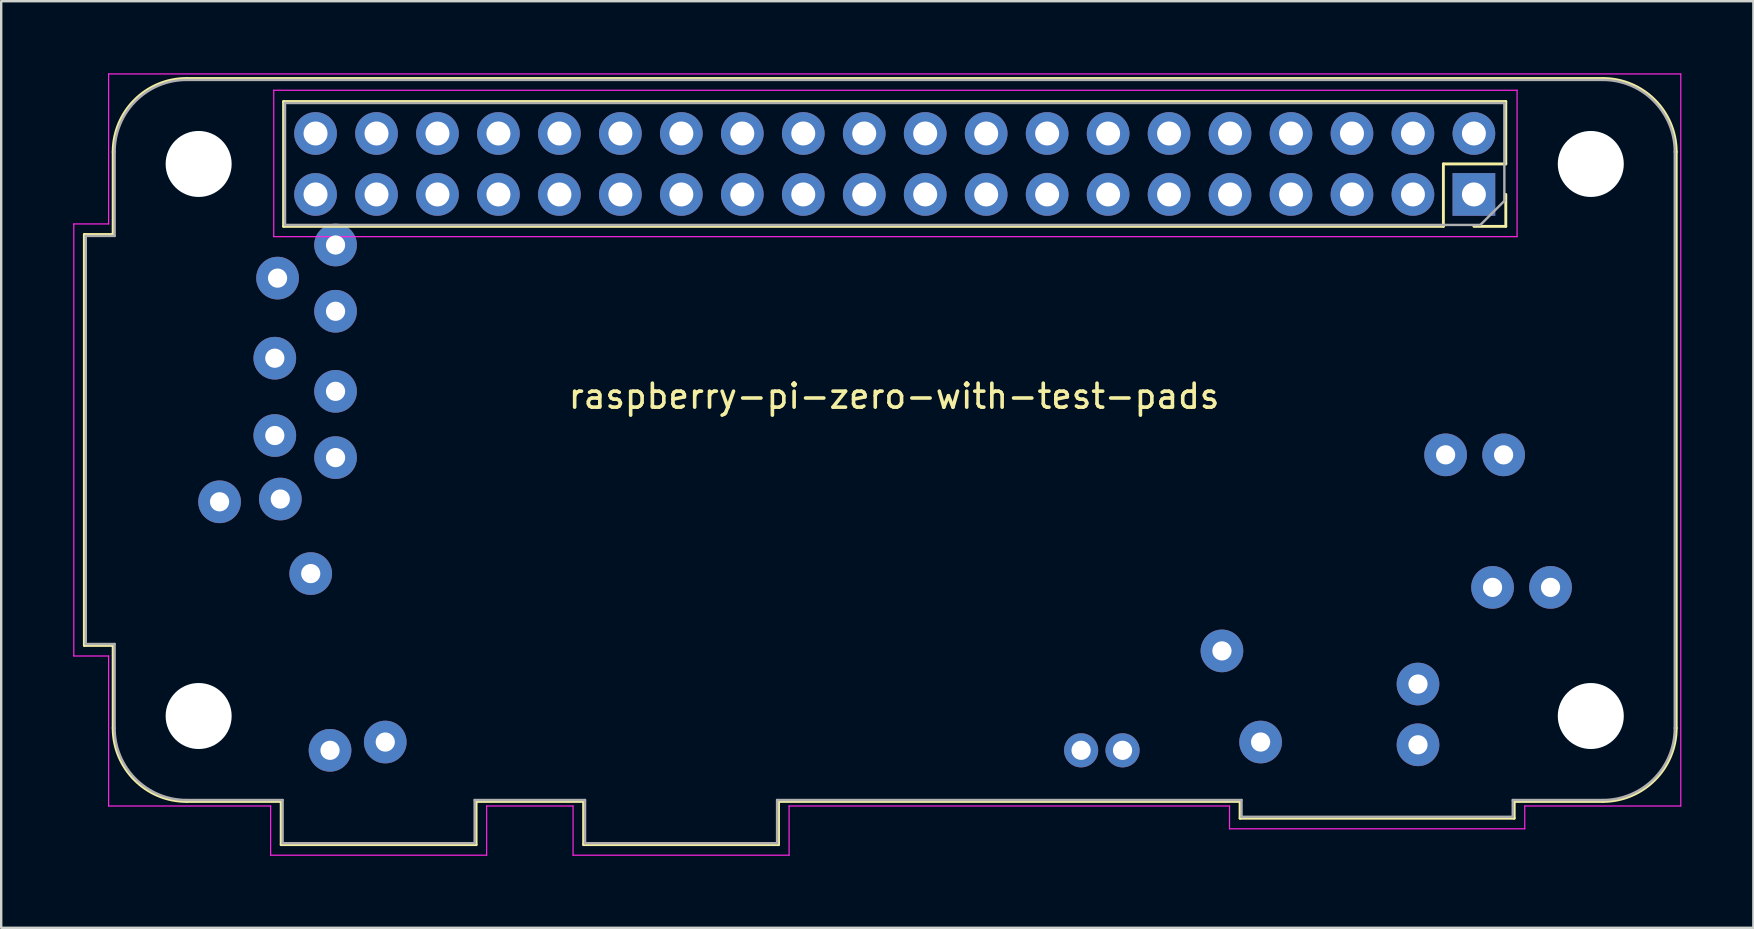
<source format=kicad_pcb>
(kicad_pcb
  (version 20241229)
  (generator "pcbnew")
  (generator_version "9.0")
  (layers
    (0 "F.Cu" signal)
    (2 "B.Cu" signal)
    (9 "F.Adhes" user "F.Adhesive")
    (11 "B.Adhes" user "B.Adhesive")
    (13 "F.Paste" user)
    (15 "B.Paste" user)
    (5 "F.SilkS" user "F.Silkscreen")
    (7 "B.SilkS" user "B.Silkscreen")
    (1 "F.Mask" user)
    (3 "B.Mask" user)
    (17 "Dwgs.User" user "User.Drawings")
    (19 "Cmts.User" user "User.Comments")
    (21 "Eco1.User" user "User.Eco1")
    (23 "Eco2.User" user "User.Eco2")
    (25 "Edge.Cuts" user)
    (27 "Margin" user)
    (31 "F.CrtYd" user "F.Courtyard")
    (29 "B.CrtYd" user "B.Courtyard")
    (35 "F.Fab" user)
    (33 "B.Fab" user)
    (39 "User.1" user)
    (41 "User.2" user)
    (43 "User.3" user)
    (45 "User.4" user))
  (footprint "raspberry-pi-zero-with-test-pads"
    (layer "F.Cu")
    (at 1.435 0.25)
    (property "Reference" "raspberry-pi-zero-with-test-pads" (at 32.766 13.208 0) (layer "F.SilkS") (effects (font (size 1 1) (thickness 0.15))))
    (attr through_hole)
    (fp_line (start -0.97 6.47) (end -0.97 23.59) (stroke (width 0.12) (type solid)) (layer "F.SilkS"))
    (fp_line (start -0.97 23.59) (end 0.23 23.59) (stroke (width 0.12) (type solid)) (layer "F.SilkS"))
    (fp_line (start 0.23 6.47) (end -0.97 6.47) (stroke (width 0.12) (type solid)) (layer "F.SilkS"))
    (fp_line (start 0.23 6.47) (end 0.23 3.03) (stroke (width 0.12) (type solid)) (layer "F.SilkS"))
    (fp_line (start 0.23 23.59) (end 0.23 27.03) (stroke (width 0.12) (type solid)) (layer "F.SilkS"))
    (fp_line (start 3.29 -0.03) (end 62.29 -0.03) (stroke (width 0.12) (type solid)) (layer "F.SilkS"))
    (fp_line (start 3.29 30.09) (end 7.23 30.09) (stroke (width 0.12) (type solid)) (layer "F.SilkS"))
    (fp_line (start 7.23 30.09) (end 7.23 31.89) (stroke (width 0.12) (type solid)) (layer "F.SilkS"))
    (fp_line (start 7.23 31.89) (end 15.35 31.89) (stroke (width 0.12) (type solid)) (layer "F.SilkS"))
    (fp_line (start 7.33 0.93) (end 7.33 6.13) (stroke (width 0.12) (type solid)) (layer "F.SilkS"))
    (fp_line (start 15.35 30.09) (end 19.83 30.09) (stroke (width 0.12) (type solid)) (layer "F.SilkS"))
    (fp_line (start 15.35 31.89) (end 15.35 30.09) (stroke (width 0.12) (type solid)) (layer "F.SilkS"))
    (fp_line (start 19.83 30.09) (end 19.83 31.89) (stroke (width 0.12) (type solid)) (layer "F.SilkS"))
    (fp_line (start 19.83 31.89) (end 27.95 31.89) (stroke (width 0.12) (type solid)) (layer "F.SilkS"))
    (fp_line (start 27.95 30.09) (end 47.18 30.09) (stroke (width 0.12) (type solid)) (layer "F.SilkS"))
    (fp_line (start 27.95 31.89) (end 27.95 30.09) (stroke (width 0.12) (type solid)) (layer "F.SilkS"))
    (fp_line (start 47.18 30.09) (end 47.18 30.79) (stroke (width 0.12) (type solid)) (layer "F.SilkS"))
    (fp_line (start 47.18 30.79) (end 58.6 30.79) (stroke (width 0.12) (type solid)) (layer "F.SilkS"))
    (fp_line (start 55.65 3.53) (end 55.65 6.13) (stroke (width 0.12) (type solid)) (layer "F.SilkS"))
    (fp_line (start 55.65 6.13) (end 7.33 6.13) (stroke (width 0.12) (type solid)) (layer "F.SilkS"))
    (fp_line (start 58.25 0.93) (end 7.33 0.93) (stroke (width 0.12) (type solid)) (layer "F.SilkS"))
    (fp_line (start 58.25 0.93) (end 58.25 3.53) (stroke (width 0.12) (type solid)) (layer "F.SilkS"))
    (fp_line (start 58.25 3.53) (end 55.65 3.53) (stroke (width 0.12) (type solid)) (layer "F.SilkS"))
    (fp_line (start 58.25 4.8) (end 58.25 6.13) (stroke (width 0.12) (type solid)) (layer "F.SilkS"))
    (fp_line (start 58.25 6.13) (end 56.92 6.13) (stroke (width 0.12) (type solid)) (layer "F.SilkS"))
    (fp_line (start 58.6 30.09) (end 62.29 30.09) (stroke (width 0.12) (type solid)) (layer "F.SilkS"))
    (fp_line (start 58.6 30.79) (end 58.6 30.09) (stroke (width 0.12) (type solid)) (layer "F.SilkS"))
    (fp_line (start 65.35 3.03) (end 65.35 27.03) (stroke (width 0.12) (type solid)) (layer "F.SilkS"))
    (fp_arc (start 0.23 3.03) (mid 1.126253 0.866253) (end 3.29 -0.03) (stroke (width 0.12) (type solid)) (layer "F.SilkS"))
    (fp_arc (start 3.29 30.09) (mid 1.126253 29.193747) (end 0.23 27.03) (stroke (width 0.12) (type solid)) (layer "F.SilkS"))
    (fp_arc (start 62.29 -0.03) (mid 64.453747 0.866253) (end 65.35 3.03) (stroke (width 0.12) (type solid)) (layer "F.SilkS"))
    (fp_arc (start 65.35 27.03) (mid 64.453747 29.193747) (end 62.29 30.09) (stroke (width 0.12) (type solid)) (layer "F.SilkS"))
    (fp_line (start -1.41 6.03) (end 0.04 6.03) (stroke (width 0.05) (type solid)) (layer "F.CrtYd"))
    (fp_line (start -1.41 24.03) (end -1.41 6.03) (stroke (width 0.05) (type solid)) (layer "F.CrtYd"))
    (fp_line (start -1.41 24.03) (end 0.04 24.03) (stroke (width 0.05) (type solid)) (layer "F.CrtYd"))
    (fp_line (start 0.04 -0.22) (end 0.04 6.03) (stroke (width 0.05) (type solid)) (layer "F.CrtYd"))
    (fp_line (start 0.04 -0.22) (end 65.54 -0.22) (stroke (width 0.05) (type solid)) (layer "F.CrtYd"))
    (fp_line (start 0.04 24.03) (end 0.04 30.28) (stroke (width 0.05) (type solid)) (layer "F.CrtYd"))
    (fp_line (start 6.79 30.28) (end 0.04 30.28) (stroke (width 0.05) (type solid)) (layer "F.CrtYd"))
    (fp_line (start 6.79 32.33) (end 6.79 30.28) (stroke (width 0.05) (type solid)) (layer "F.CrtYd"))
    (fp_line (start 6.79 32.33) (end 15.79 32.33) (stroke (width 0.05) (type solid)) (layer "F.CrtYd"))
    (fp_line (start 6.92 0.46) (end 58.72 0.46) (stroke (width 0.05) (type solid)) (layer "F.CrtYd"))
    (fp_line (start 6.92 6.56) (end 6.92 0.46) (stroke (width 0.05) (type solid)) (layer "F.CrtYd"))
    (fp_line (start 15.79 32.33) (end 15.79 30.28) (stroke (width 0.05) (type solid)) (layer "F.CrtYd"))
    (fp_line (start 19.39 30.28) (end 15.79 30.28) (stroke (width 0.05) (type solid)) (layer "F.CrtYd"))
    (fp_line (start 19.39 32.33) (end 19.39 30.28) (stroke (width 0.05) (type solid)) (layer "F.CrtYd"))
    (fp_line (start 19.39 32.33) (end 28.39 32.33) (stroke (width 0.05) (type solid)) (layer "F.CrtYd"))
    (fp_line (start 28.39 30.28) (end 46.74 30.28) (stroke (width 0.05) (type solid)) (layer "F.CrtYd"))
    (fp_line (start 28.39 32.33) (end 28.39 30.28) (stroke (width 0.05) (type solid)) (layer "F.CrtYd"))
    (fp_line (start 46.74 31.23) (end 46.74 30.28) (stroke (width 0.05) (type solid)) (layer "F.CrtYd"))
    (fp_line (start 58.72 0.46) (end 58.72 6.56) (stroke (width 0.05) (type solid)) (layer "F.CrtYd"))
    (fp_line (start 58.72 6.56) (end 6.92 6.56) (stroke (width 0.05) (type solid)) (layer "F.CrtYd"))
    (fp_line (start 59.04 30.28) (end 65.54 30.28) (stroke (width 0.05) (type solid)) (layer "F.CrtYd"))
    (fp_line (start 59.04 31.23) (end 46.74 31.23) (stroke (width 0.05) (type solid)) (layer "F.CrtYd"))
    (fp_line (start 59.04 31.23) (end 59.04 30.28) (stroke (width 0.05) (type solid)) (layer "F.CrtYd"))
    (fp_line (start 65.54 -0.22) (end 65.54 30.28) (stroke (width 0.05) (type solid)) (layer "F.CrtYd"))
    (fp_line (start -0.91 6.53) (end -0.91 23.53) (stroke (width 0.1) (type solid)) (layer "F.Fab"))
    (fp_line (start 0.29 3.03) (end 0.29 6.53) (stroke (width 0.1) (type solid)) (layer "F.Fab"))
    (fp_line (start 0.29 6.53) (end -0.91 6.53) (stroke (width 0.1) (type solid)) (layer "F.Fab"))
    (fp_line (start 0.29 23.53) (end -0.91 23.53) (stroke (width 0.1) (type solid)) (layer "F.Fab"))
    (fp_line (start 0.29 27.03) (end 0.29 23.53) (stroke (width 0.1) (type solid)) (layer "F.Fab"))
    (fp_line (start 3.29 0.03) (end 62.29 0.03) (stroke (width 0.1) (type solid)) (layer "F.Fab"))
    (fp_line (start 7.29 30.03) (end 3.29 30.03) (stroke (width 0.1) (type solid)) (layer "F.Fab"))
    (fp_line (start 7.29 30.03) (end 7.29 31.83) (stroke (width 0.1) (type solid)) (layer "F.Fab"))
    (fp_line (start 7.29 31.83) (end 15.29 31.83) (stroke (width 0.1) (type solid)) (layer "F.Fab"))
    (fp_line (start 7.39 0.99) (end 58.19 0.99) (stroke (width 0.1) (type solid)) (layer "F.Fab"))
    (fp_line (start 7.39 6.07) (end 7.39 0.99) (stroke (width 0.1) (type solid)) (layer "F.Fab"))
    (fp_line (start 15.29 30.03) (end 19.89 30.03) (stroke (width 0.1) (type solid)) (layer "F.Fab"))
    (fp_line (start 15.29 31.83) (end 15.29 30.03) (stroke (width 0.1) (type solid)) (layer "F.Fab"))
    (fp_line (start 19.89 30.03) (end 19.89 31.83) (stroke (width 0.1) (type solid)) (layer "F.Fab"))
    (fp_line (start 19.89 31.83) (end 27.89 31.83) (stroke (width 0.1) (type solid)) (layer "F.Fab"))
    (fp_line (start 27.89 30.03) (end 47.24 30.03) (stroke (width 0.1) (type solid)) (layer "F.Fab"))
    (fp_line (start 27.89 31.83) (end 27.89 30.03) (stroke (width 0.1) (type solid)) (layer "F.Fab"))
    (fp_line (start 47.24 30.03) (end 47.24 30.73) (stroke (width 0.1) (type solid)) (layer "F.Fab"))
    (fp_line (start 47.24 30.73) (end 58.54 30.73) (stroke (width 0.1) (type solid)) (layer "F.Fab"))
    (fp_line (start 57.19 6.07) (end 7.39 6.07) (stroke (width 0.1) (type solid)) (layer "F.Fab"))
    (fp_line (start 58.19 0.99) (end 58.19 5.07) (stroke (width 0.1) (type solid)) (layer "F.Fab"))
    (fp_line (start 58.19 5.07) (end 57.19 6.07) (stroke (width 0.1) (type solid)) (layer "F.Fab"))
    (fp_line (start 58.54 30.03) (end 58.54 30.73) (stroke (width 0.1) (type solid)) (layer "F.Fab"))
    (fp_line (start 58.54 30.03) (end 62.29 30.03) (stroke (width 0.1) (type solid)) (layer "F.Fab"))
    (fp_line (start 65.29 3.03) (end 65.29 27.03) (stroke (width 0.1) (type solid)) (layer "F.Fab"))
    (fp_arc (start 0.29 3.03) (mid 1.16868 0.90868) (end 3.29 0.03) (stroke (width 0.1) (type solid)) (layer "F.Fab"))
    (fp_arc (start 3.29 30.03) (mid 1.16868 29.15132) (end 0.29 27.03) (stroke (width 0.1) (type solid)) (layer "F.Fab"))
    (fp_arc (start 62.29 0.03) (mid 64.41132 0.90868) (end 65.29 3.03) (stroke (width 0.1) (type solid)) (layer "F.Fab"))
    (fp_arc (start 65.29 27.03) (mid 64.41132 29.15132) (end 62.29 30.03) (stroke (width 0.1) (type solid)) (layer "F.Fab"))
    (pad "" np_thru_hole circle (at 3.791 3.531) (size 2.75 2.75) (drill 2.75) (layers "*.Cu" "*.Mask"))
    (pad "" np_thru_hole circle (at 3.791 26.531) (size 2.75 2.75) (drill 2.75) (layers "*.Cu" "*.Mask"))
    (pad "" np_thru_hole circle (at 61.791 3.531) (size 2.75 2.75) (drill 2.75) (layers "*.Cu" "*.Mask"))
    (pad "" np_thru_hole circle (at 61.791 26.531) (size 2.75 2.75) (drill 2.75) (layers "*.Cu" "*.Mask"))
    (pad "1" thru_hole rect (at 56.921 4.801) (size 1.778 1.778) (drill 1) (layers "*.Cu" "*.Mask"))
    (pad "2" thru_hole circle (at 56.921 2.261) (size 1.778 1.778) (drill 1) (layers "*.Cu" "*.Mask"))
    (pad "3" thru_hole circle (at 54.381 4.801) (size 1.778 1.778) (drill 1) (layers "*.Cu" "*.Mask"))
    (pad "4" thru_hole circle (at 54.381 2.261) (size 1.778 1.778) (drill 1) (layers "*.Cu" "*.Mask"))
    (pad "5" thru_hole circle (at 51.841 4.801) (size 1.778 1.778) (drill 1) (layers "*.Cu" "*.Mask"))
    (pad "6" thru_hole circle (at 51.841 2.261) (size 1.778 1.778) (drill 1) (layers "*.Cu" "*.Mask"))
    (pad "7" thru_hole circle (at 49.301 4.801) (size 1.778 1.778) (drill 1) (layers "*.Cu" "*.Mask"))
    (pad "8" thru_hole circle (at 49.301 2.261) (size 1.778 1.778) (drill 1) (layers "*.Cu" "*.Mask"))
    (pad "9" thru_hole circle (at 46.761 4.801) (size 1.778 1.778) (drill 1) (layers "*.Cu" "*.Mask"))
    (pad "10" thru_hole circle (at 46.761 2.261) (size 1.778 1.778) (drill 1) (layers "*.Cu" "*.Mask"))
    (pad "11" thru_hole circle (at 44.221 4.801) (size 1.778 1.778) (drill 1) (layers "*.Cu" "*.Mask"))
    (pad "12" thru_hole circle (at 44.221 2.261) (size 1.778 1.778) (drill 1) (layers "*.Cu" "*.Mask"))
    (pad "13" thru_hole circle (at 41.681 4.801) (size 1.778 1.778) (drill 1) (layers "*.Cu" "*.Mask"))
    (pad "14" thru_hole circle (at 41.681 2.261) (size 1.778 1.778) (drill 1) (layers "*.Cu" "*.Mask"))
    (pad "15" thru_hole circle (at 39.141 4.801) (size 1.778 1.778) (drill 1) (layers "*.Cu" "*.Mask"))
    (pad "16" thru_hole circle (at 39.141 2.261) (size 1.778 1.778) (drill 1) (layers "*.Cu" "*.Mask"))
    (pad "17" thru_hole circle (at 36.601 4.801) (size 1.778 1.778) (drill 1) (layers "*.Cu" "*.Mask"))
    (pad "18" thru_hole circle (at 36.601 2.261) (size 1.778 1.778) (drill 1) (layers "*.Cu" "*.Mask"))
    (pad "19" thru_hole circle (at 34.061 4.801) (size 1.778 1.778) (drill 1) (layers "*.Cu" "*.Mask"))
    (pad "20" thru_hole circle (at 34.061 2.261) (size 1.778 1.778) (drill 1) (layers "*.Cu" "*.Mask"))
    (pad "21" thru_hole circle (at 31.521 4.801) (size 1.778 1.778) (drill 1) (layers "*.Cu" "*.Mask"))
    (pad "22" thru_hole circle (at 31.521 2.261) (size 1.778 1.778) (drill 1) (layers "*.Cu" "*.Mask"))
    (pad "23" thru_hole circle (at 28.981 4.801) (size 1.778 1.778) (drill 1) (layers "*.Cu" "*.Mask"))
    (pad "24" thru_hole circle (at 28.981 2.261) (size 1.778 1.778) (drill 1) (layers "*.Cu" "*.Mask"))
    (pad "25" thru_hole circle (at 26.441 4.801) (size 1.778 1.778) (drill 1) (layers "*.Cu" "*.Mask"))
    (pad "26" thru_hole circle (at 26.441 2.261) (size 1.778 1.778) (drill 1) (layers "*.Cu" "*.Mask"))
    (pad "27" thru_hole circle (at 23.901 4.801) (size 1.778 1.778) (drill 1) (layers "*.Cu" "*.Mask"))
    (pad "28" thru_hole circle (at 23.901 2.261) (size 1.778 1.778) (drill 1) (layers "*.Cu" "*.Mask"))
    (pad "29" thru_hole circle (at 21.361 4.801) (size 1.778 1.778) (drill 1) (layers "*.Cu" "*.Mask"))
    (pad "30" thru_hole circle (at 21.361 2.261) (size 1.778 1.778) (drill 1) (layers "*.Cu" "*.Mask"))
    (pad "31" thru_hole circle (at 18.821 4.801) (size 1.778 1.778) (drill 1) (layers "*.Cu" "*.Mask"))
    (pad "32" thru_hole circle (at 18.821 2.261) (size 1.778 1.778) (drill 1) (layers "*.Cu" "*.Mask"))
    (pad "33" thru_hole circle (at 16.281 4.801) (size 1.778 1.778) (drill 1) (layers "*.Cu" "*.Mask"))
    (pad "34" thru_hole circle (at 16.281 2.261) (size 1.778 1.778) (drill 1) (layers "*.Cu" "*.Mask"))
    (pad "35" thru_hole circle (at 13.741 4.801) (size 1.778 1.778) (drill 1) (layers "*.Cu" "*.Mask"))
    (pad "36" thru_hole circle (at 13.741 2.261) (size 1.778 1.778) (drill 1) (layers "*.Cu" "*.Mask"))
    (pad "37" thru_hole circle (at 11.201 4.801) (size 1.778 1.778) (drill 1) (layers "*.Cu" "*.Mask"))
    (pad "38" thru_hole circle (at 11.201 2.261) (size 1.778 1.778) (drill 1) (layers "*.Cu" "*.Mask"))
    (pad "39" thru_hole circle (at 8.661 4.801) (size 1.778 1.778) (drill 1) (layers "*.Cu" "*.Mask"))
    (pad "40" thru_hole circle (at 8.661 2.261) (size 1.778 1.778) (drill 1) (layers "*.Cu" "*.Mask"))
    (pad "PP1" thru_hole circle (at 54.592 25.199) (size 1.778 1.778) (drill 0.8) (layers "*.Cu" "*.Mask"))
    (pad "PP3" thru_hole circle (at 57.698 21.172) (size 1.778 1.778) (drill 0.8) (layers "*.Cu" "*.Mask"))
    (pad "PP4" thru_hole circle (at 58.159 15.65) (size 1.778 1.778) (drill 0.8) (layers "*.Cu" "*.Mask"))
    (pad "PP5" thru_hole circle (at 9.495 6.907) (size 1.778 1.778) (drill 0.8) (layers "*.Cu" "*.Mask"))
    (pad "PP6" thru_hole circle (at 54.592 27.73) (size 1.778 1.778) (drill 0.8) (layers "*.Cu" "*.Mask"))
    (pad "PP8" thru_hole circle (at 60.114 21.172) (size 1.778 1.778) (drill 0.8) (layers "*.Cu" "*.Mask"))
    (pad "PP9" thru_hole circle (at 55.743 15.65) (size 1.778 1.778) (drill 0.8) (layers "*.Cu" "*.Mask"))
    (pad "PP14" thru_hole circle (at 6.964 11.624) (size 1.778 1.778) (drill 0.8) (layers "*.Cu" "*.Mask"))
    (pad "PP15" thru_hole circle (at 9.495 15.765) (size 1.778 1.778) (drill 0.8) (layers "*.Cu" "*.Mask"))
    (pad "PP16" thru_hole circle (at 9.495 9.668) (size 1.778 1.778) (drill 0.8) (layers "*.Cu" "*.Mask"))
    (pad "PP17" thru_hole circle (at 7.079 8.287) (size 1.778 1.778) (drill 0.8) (layers "*.Cu" "*.Mask"))
    (pad "PP18" thru_hole circle (at 9.495 13.004) (size 1.778 1.778) (drill 0.8) (layers "*.Cu" "*.Mask"))
    (pad "PP19" thru_hole circle (at 6.964 14.845) (size 1.778 1.778) (drill 0.8) (layers "*.Cu" "*.Mask"))
    (pad "PP20" thru_hole circle (at 8.46 20.597) (size 1.778 1.778) (drill 0.8) (layers "*.Cu" "*.Mask"))
    (pad "PP22" thru_hole circle (at 42.283 27.96) (size 1.422 1.422) (drill 0.8) (layers "*.Cu" "*.Mask"))
    (pad "PP23" thru_hole circle (at 40.557 27.96) (size 1.422 1.422) (drill 0.8) (layers "*.Cu" "*.Mask"))
    (pad "PP35" thru_hole circle (at 48.035 27.615) (size 1.778 1.778) (drill 0.8) (layers "*.Cu" "*.Mask"))
    (pad "PP36" thru_hole circle (at 4.663 17.606) (size 1.778 1.778) (drill 0.8) (layers "*.Cu" "*.Mask"))
    (pad "PP37" thru_hole circle (at 9.265 27.96) (size 1.778 1.778) (drill 0.8) (layers "*.Cu" "*.Mask"))
    (pad "PP38" thru_hole circle (at 11.566 27.615) (size 1.778 1.778) (drill 0.8) (layers "*.Cu" "*.Mask"))
    (pad "PP39" thru_hole circle (at 7.194 17.491) (size 1.778 1.778) (drill 0.8) (layers "*.Cu" "*.Mask"))
    (pad "PP40" thru_hole circle (at 46.424 23.818) (size 1.778 1.778) (drill 0.8) (layers "*.Cu" "*.Mask")))
  (gr_rect
    (start -3 -3)
    (end 70 35.605)
    (stroke (width 0.1) (type default))
    (fill no)
    (layer "Edge.Cuts")))
</source>
